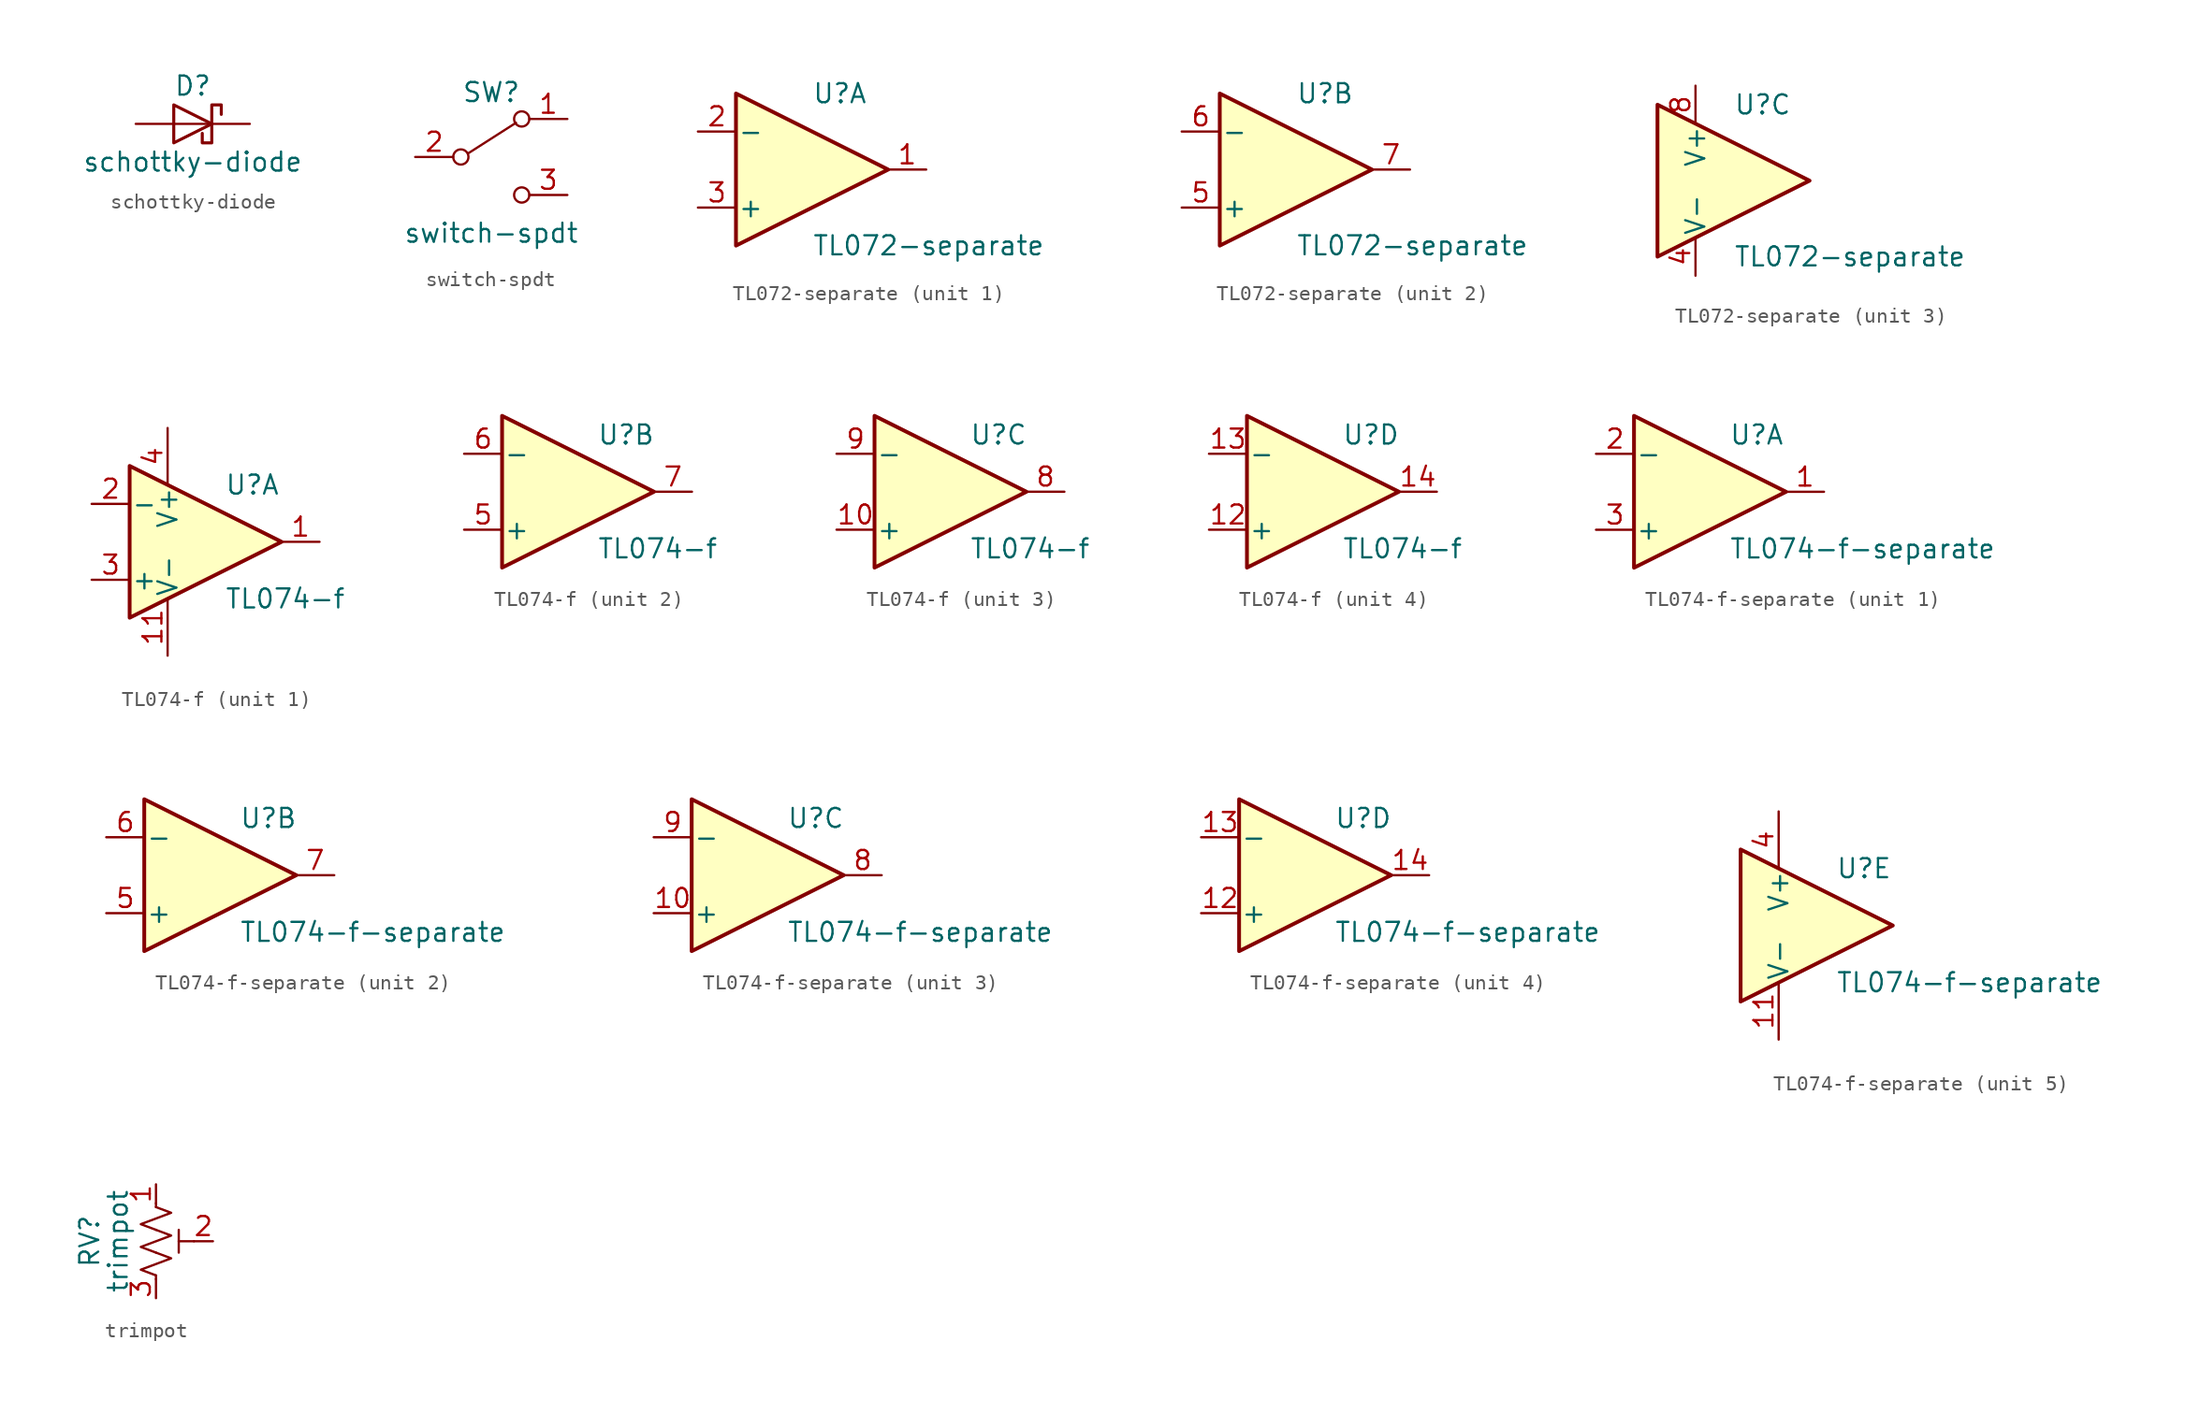
<source format=kicad_sym>
(kicad_symbol_lib
  (version 20211014)
  (generator kicad_symbol_editor)
  (symbol "schottky-diode"
    (pin_numbers hide)
    (pin_names
      (offset 1.016) hide)
    (property "Reference" "D"
      (at 0 2.54 0)
      (effects (font (size 1.27 1.27))))
    (property "Value" "schottky-diode"
      (at 0 -2.54 0)
      (effects (font (size 1.27 1.27))))
    (symbol "schottky-diode_0_1"
      (polyline (pts (xy -1.27 0) (xy 1.27 0)) (stroke (width 0) (type default) (color 0 0 0 0)) (fill (type none)))
      (polyline (pts (xy -1.27 1.27) (xy -1.27 -1.27) (xy 1.27 0) (xy -1.27 1.27)) (stroke (width 0.203) (type default) (color 0 0 0 0)) (fill (type none)))
      (polyline (pts (xy 1.905 0.635) (xy 1.905 1.27) (xy 1.27 1.27) (xy 1.27 -1.27) (xy 0.635 -1.27) (xy 0.635 -0.635)) (stroke (width 0.203) (type default) (color 0 0 0 0)) (fill (type none))))
    (symbol "schottky-diode_1_1"
      (pin passive line (at 3.81 0 180) (length 2.54) (name "K" (effects (font (size 1.27 1.27)))) (number "1" (effects (font (size 1.27 1.27)))))
      (pin passive line (at -3.81 0 0) (length 2.54) (name "A" (effects (font (size 1.27 1.27)))) (number "2" (effects (font (size 1.27 1.27)))))))
  (symbol "switch-spdt"
    (pin_names
      (offset 0) hide)
    (property "Reference" "SW"
      (at 0 4.318 0)
      (effects (font (size 1.27 1.27))))
    (property "Value" "switch-spdt"
      (at 0 -5.08 0)
      (effects (font (size 1.27 1.27))))
    (symbol "switch-spdt_0_0"
      (circle (center -2.032 0) (radius 0.508) (stroke (width 0) (type default) (color 0 0 0 0)) (fill (type none)))
      (circle (center 2.032 -2.54) (radius 0.508) (stroke (width 0) (type default) (color 0 0 0 0)) (fill (type none))))
    (symbol "switch-spdt_0_1"
      (polyline (pts (xy -1.524 0.254) (xy 1.651 2.286)) (stroke (width 0) (type default) (color 0 0 0 0)) (fill (type none)))
      (circle (center 2.032 2.54) (radius 0.508) (stroke (width 0) (type default) (color 0 0 0 0)) (fill (type none))))
    (symbol "switch-spdt_1_1"
      (pin passive line (at 5.08 2.54 180) (length 2.54) (name "A" (effects (font (size 1.27 1.27)))) (number "1" (effects (font (size 1.27 1.27)))))
      (pin passive line (at -5.08 0 0) (length 2.54) (name "B" (effects (font (size 1.27 1.27)))) (number "2" (effects (font (size 1.27 1.27)))))
      (pin passive line (at 5.08 -2.54 180) (length 2.54) (name "C" (effects (font (size 1.27 1.27)))) (number "3" (effects (font (size 1.27 1.27)))))))
  (symbol "TL072-separate"
    (pin_names
      (offset 0.102))
    (property "Reference" "U"
      (at 0 5.08 0)
      (effects (font (size 1.27 1.27)) (justify left)))
    (property "Value" "TL072-separate"
      (at 0 -5.08 0)
      (effects (font (size 1.27 1.27)) (justify left)))
    (property "ki_locked" ""
      (at 0 0 0)
      (effects (font (size 1.27 1.27))))
    (symbol "TL072-separate_0_1"
      (polyline (pts (xy -5.08 5.08) (xy 5.08 0) (xy -5.08 -5.08) (xy -5.08 5.08)) (stroke (width 0.254) (type default) (color 0 0 0 0)) (fill (type background))))
    (symbol "TL072-separate_1_1"
      (pin output line (at 7.62 0 180) (length 2.54) (name "~" (effects (font (size 1.27 1.27)))) (number "1" (effects (font (size 1.27 1.27)))))
      (pin input line (at -7.62 2.54 0) (length 2.54) (name "-" (effects (font (size 1.27 1.27)))) (number "2" (effects (font (size 1.27 1.27)))))
      (pin input line (at -7.62 -2.54 0) (length 2.54) (name "+" (effects (font (size 1.27 1.27)))) (number "3" (effects (font (size 1.27 1.27))))))
    (symbol "TL072-separate_2_1"
      (pin input line (at -7.62 -2.54 0) (length 2.54) (name "+" (effects (font (size 1.27 1.27)))) (number "5" (effects (font (size 1.27 1.27)))))
      (pin input line (at -7.62 2.54 0) (length 2.54) (name "-" (effects (font (size 1.27 1.27)))) (number "6" (effects (font (size 1.27 1.27)))))
      (pin output line (at 7.62 0 180) (length 2.54) (name "~" (effects (font (size 1.27 1.27)))) (number "7" (effects (font (size 1.27 1.27))))))
    (symbol "TL072-separate_3_1"
      (pin power_in line (at -2.54 -6.35 90) (length 2.54) (name "V-" (effects (font (size 1.27 1.27)))) (number "4" (effects (font (size 1.27 1.27)))))
      (pin power_in line (at -2.54 6.35 270) (length 2.54) (name "V+" (effects (font (size 1.27 1.27)))) (number "8" (effects (font (size 1.27 1.27)))))))
  (symbol "TL074-f"
    (pin_names
      (offset 0.102))
    (property "Reference" "U"
      (at 1.27 3.81 0)
      (effects (font (size 1.27 1.27)) (justify left)))
    (property "Value" "TL074-f"
      (at 1.27 -3.81 0)
      (effects (font (size 1.27 1.27)) (justify left)))
    (symbol "TL074-f_0_1"
      (polyline (pts (xy -5.08 5.08) (xy 5.08 0) (xy -5.08 -5.08) (xy -5.08 5.08)) (stroke (width 0.254) (type default) (color 0 0 0 0)) (fill (type background))))
    (symbol "TL074-f_1_1"
      (pin output line (at 7.62 0 180) (length 2.54) (name "~" (effects (font (size 1.27 1.27)))) (number "1" (effects (font (size 1.27 1.27)))))
      (pin power_in line (at -2.54 -7.62 90) (length 3.81) (name "V-" (effects (font (size 1.27 1.27)))) (number "11" (effects (font (size 1.27 1.27)))))
      (pin input line (at -7.62 2.54 0) (length 2.54) (name "-" (effects (font (size 1.27 1.27)))) (number "2" (effects (font (size 1.27 1.27)))))
      (pin input line (at -7.62 -2.54 0) (length 2.54) (name "+" (effects (font (size 1.27 1.27)))) (number "3" (effects (font (size 1.27 1.27)))))
      (pin power_in line (at -2.54 7.62 270) (length 3.81) (name "V+" (effects (font (size 1.27 1.27)))) (number "4" (effects (font (size 1.27 1.27))))))
    (symbol "TL074-f_2_1"
      (pin input line (at -7.62 -2.54 0) (length 2.54) (name "+" (effects (font (size 1.27 1.27)))) (number "5" (effects (font (size 1.27 1.27)))))
      (pin input line (at -7.62 2.54 0) (length 2.54) (name "-" (effects (font (size 1.27 1.27)))) (number "6" (effects (font (size 1.27 1.27)))))
      (pin output line (at 7.62 0 180) (length 2.54) (name "~" (effects (font (size 1.27 1.27)))) (number "7" (effects (font (size 1.27 1.27))))))
    (symbol "TL074-f_3_1"
      (pin input line (at -7.62 -2.54 0) (length 2.54) (name "+" (effects (font (size 1.27 1.27)))) (number "10" (effects (font (size 1.27 1.27)))))
      (pin output line (at 7.62 0 180) (length 2.54) (name "~" (effects (font (size 1.27 1.27)))) (number "8" (effects (font (size 1.27 1.27)))))
      (pin input line (at -7.62 2.54 0) (length 2.54) (name "-" (effects (font (size 1.27 1.27)))) (number "9" (effects (font (size 1.27 1.27))))))
    (symbol "TL074-f_4_1"
      (pin input line (at -7.62 -2.54 0) (length 2.54) (name "+" (effects (font (size 1.27 1.27)))) (number "12" (effects (font (size 1.27 1.27)))))
      (pin input line (at -7.62 2.54 0) (length 2.54) (name "-" (effects (font (size 1.27 1.27)))) (number "13" (effects (font (size 1.27 1.27)))))
      (pin output line (at 7.62 0 180) (length 2.54) (name "~" (effects (font (size 1.27 1.27)))) (number "14" (effects (font (size 1.27 1.27)))))))
  (symbol "TL074-f-separate"
    (pin_names
      (offset 0.102))
    (property "Reference" "U"
      (at 1.27 3.81 0)
      (effects (font (size 1.27 1.27)) (justify left)))
    (property "Value" "TL074-f-separate"
      (at 1.27 -3.81 0)
      (effects (font (size 1.27 1.27)) (justify left)))
    (property "ki_locked" ""
      (at 0 0 0)
      (effects (font (size 1.27 1.27))))
    (symbol "TL074-f-separate_0_1"
      (polyline (pts (xy -5.08 5.08) (xy 5.08 0) (xy -5.08 -5.08) (xy -5.08 5.08)) (stroke (width 0.254) (type default) (color 0 0 0 0)) (fill (type background))))
    (symbol "TL074-f-separate_1_1"
      (pin output line (at 7.62 0 180) (length 2.54) (name "~" (effects (font (size 1.27 1.27)))) (number "1" (effects (font (size 1.27 1.27)))))
      (pin input line (at -7.62 2.54 0) (length 2.54) (name "-" (effects (font (size 1.27 1.27)))) (number "2" (effects (font (size 1.27 1.27)))))
      (pin input line (at -7.62 -2.54 0) (length 2.54) (name "+" (effects (font (size 1.27 1.27)))) (number "3" (effects (font (size 1.27 1.27))))))
    (symbol "TL074-f-separate_2_1"
      (pin input line (at -7.62 -2.54 0) (length 2.54) (name "+" (effects (font (size 1.27 1.27)))) (number "5" (effects (font (size 1.27 1.27)))))
      (pin input line (at -7.62 2.54 0) (length 2.54) (name "-" (effects (font (size 1.27 1.27)))) (number "6" (effects (font (size 1.27 1.27)))))
      (pin output line (at 7.62 0 180) (length 2.54) (name "~" (effects (font (size 1.27 1.27)))) (number "7" (effects (font (size 1.27 1.27))))))
    (symbol "TL074-f-separate_3_1"
      (pin input line (at -7.62 -2.54 0) (length 2.54) (name "+" (effects (font (size 1.27 1.27)))) (number "10" (effects (font (size 1.27 1.27)))))
      (pin output line (at 7.62 0 180) (length 2.54) (name "~" (effects (font (size 1.27 1.27)))) (number "8" (effects (font (size 1.27 1.27)))))
      (pin input line (at -7.62 2.54 0) (length 2.54) (name "-" (effects (font (size 1.27 1.27)))) (number "9" (effects (font (size 1.27 1.27))))))
    (symbol "TL074-f-separate_4_1"
      (pin input line (at -7.62 -2.54 0) (length 2.54) (name "+" (effects (font (size 1.27 1.27)))) (number "12" (effects (font (size 1.27 1.27)))))
      (pin input line (at -7.62 2.54 0) (length 2.54) (name "-" (effects (font (size 1.27 1.27)))) (number "13" (effects (font (size 1.27 1.27)))))
      (pin output line (at 7.62 0 180) (length 2.54) (name "~" (effects (font (size 1.27 1.27)))) (number "14" (effects (font (size 1.27 1.27))))))
    (symbol "TL074-f-separate_5_1"
      (pin power_in line (at -2.54 -7.62 90) (length 3.81) (name "V-" (effects (font (size 1.27 1.27)))) (number "11" (effects (font (size 1.27 1.27)))))
      (pin power_in line (at -2.54 7.62 270) (length 3.81) (name "V+" (effects (font (size 1.27 1.27)))) (number "4" (effects (font (size 1.27 1.27)))))))
  (symbol "trimpot"
    (pin_names
      (offset 1.016) hide)
    (property "Reference" "RV"
      (at -4.445 0 90)
      (effects (font (size 1.27 1.27))))
    (property "Value" "trimpot"
      (at -2.54 0 90)
      (effects (font (size 1.27 1.27))))
    (symbol "trimpot_0_1"
      (polyline (pts (xy 0 -2.286) (xy 0 -2.54)) (stroke (width 0) (type default) (color 0 0 0 0)) (fill (type none)))
      (polyline (pts (xy 0 2.286) (xy 0 2.54)) (stroke (width 0) (type default) (color 0 0 0 0)) (fill (type none)))
      (polyline (pts (xy 1.524 0.762) (xy 1.524 -0.762)) (stroke (width 0) (type default) (color 0 0 0 0)) (fill (type none)))
      (polyline (pts (xy 2.54 0) (xy 1.524 0)) (stroke (width 0) (type default) (color 0 0 0 0)) (fill (type none)))
      (polyline (pts (xy 0 -0.762) (xy 1.016 -1.143) (xy 0 -1.524) (xy -1.016 -1.905) (xy 0 -2.286)) (stroke (width 0) (type default) (color 0 0 0 0)) (fill (type none)))
      (polyline (pts (xy 0 0.762) (xy 1.016 0.381) (xy 0 0) (xy -1.016 -0.381) (xy 0 -0.762)) (stroke (width 0) (type default) (color 0 0 0 0)) (fill (type none)))
      (polyline (pts (xy 0 2.286) (xy 1.016 1.905) (xy 0 1.524) (xy -1.016 1.143) (xy 0 0.762)) (stroke (width 0) (type default) (color 0 0 0 0)) (fill (type none))))
    (symbol "trimpot_1_1"
      (pin passive line (at 0 3.81 270) (length 1.27) (name "1" (effects (font (size 1.27 1.27)))) (number "1" (effects (font (size 1.27 1.27)))))
      (pin passive line (at 3.81 0 180) (length 1.27) (name "2" (effects (font (size 1.27 1.27)))) (number "2" (effects (font (size 1.27 1.27)))))
      (pin passive line (at 0 -3.81 90) (length 1.27) (name "3" (effects (font (size 1.27 1.27)))) (number "3" (effects (font (size 1.27 1.27))))))))
</source>
